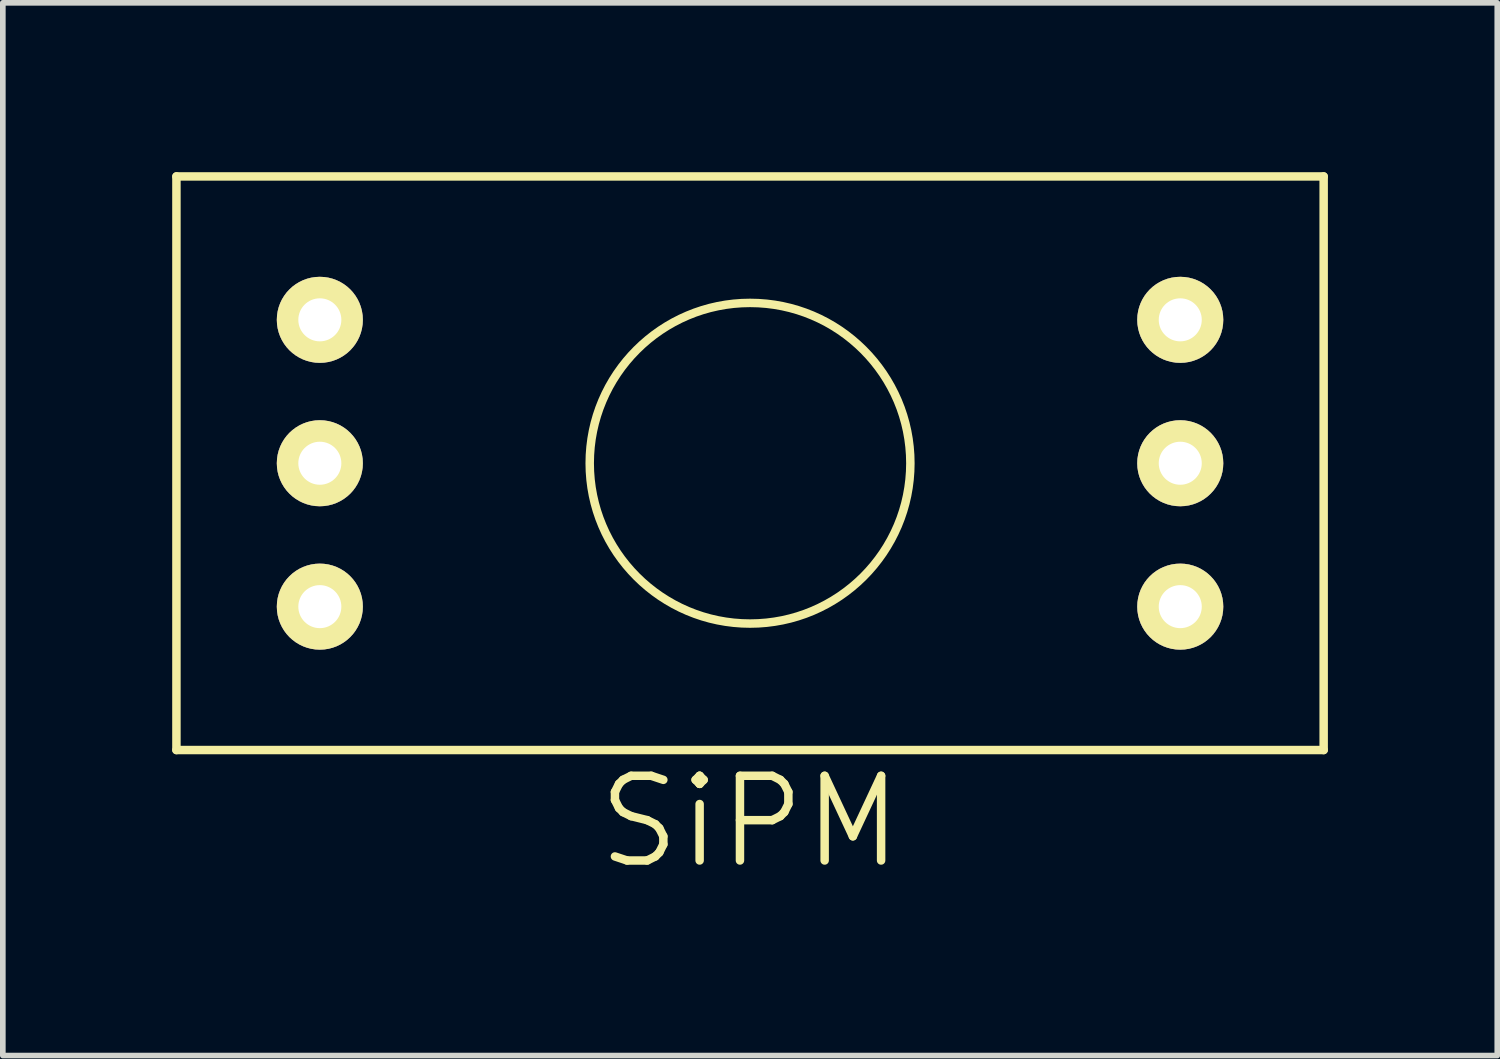
<source format=kicad_pcb>
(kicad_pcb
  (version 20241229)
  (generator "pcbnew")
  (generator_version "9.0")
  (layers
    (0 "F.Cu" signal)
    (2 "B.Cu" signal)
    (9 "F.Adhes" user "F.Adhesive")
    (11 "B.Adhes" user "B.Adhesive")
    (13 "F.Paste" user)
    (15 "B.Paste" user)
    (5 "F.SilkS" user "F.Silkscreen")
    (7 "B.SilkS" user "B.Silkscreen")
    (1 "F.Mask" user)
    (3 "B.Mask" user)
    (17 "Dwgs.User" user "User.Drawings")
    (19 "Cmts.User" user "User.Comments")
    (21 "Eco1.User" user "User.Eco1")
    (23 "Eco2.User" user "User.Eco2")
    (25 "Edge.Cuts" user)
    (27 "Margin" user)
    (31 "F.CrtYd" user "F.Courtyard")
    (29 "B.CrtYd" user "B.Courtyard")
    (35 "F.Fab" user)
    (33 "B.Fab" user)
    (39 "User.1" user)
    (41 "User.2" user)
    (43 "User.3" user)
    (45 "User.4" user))
  (footprint "SiPM"
    (layer "F.Cu")
    (at 10.235 11.505)
    (property "Reference" "SiPM" (at 0 0 0) (layer "F.SilkS") (effects (font (size 1.5 1.5) (thickness 0.15))))
    (attr through_hole)
    (fp_line (start -10.16 -11.43) (end -10.16 -1.27) (stroke (width 0.15) (type solid)) (layer "F.SilkS"))
    (fp_line (start -10.16 -1.27) (end 10.16 -1.27) (stroke (width 0.15) (type solid)) (layer "F.SilkS"))
    (fp_line (start 10.16 -11.43) (end -10.16 -11.43) (stroke (width 0.15) (type solid)) (layer "F.SilkS"))
    (fp_line (start 10.16 -1.27) (end 10.16 -11.43) (stroke (width 0.15) (type solid)) (layer "F.SilkS"))
    (fp_circle (center 0 -6.35) (end -1.27 -3.81) (stroke (width 0.15) (type solid)) (fill no) (layer "F.SilkS"))
    (pad "1" thru_hole circle (at 7.62 -8.89) (size 1.524 1.524) (drill 0.762) (layers "*.Cu" "*.Mask" "F.SilkS"))
    (pad "2" thru_hole circle (at 7.62 -6.35) (size 1.524 1.524) (drill 0.762) (layers "*.Cu" "*.Mask" "F.SilkS"))
    (pad "3" thru_hole circle (at 7.62 -3.81) (size 1.524 1.524) (drill 0.762) (layers "*.Cu" "*.Mask" "F.SilkS"))
    (pad "4" thru_hole circle (at -7.62 -8.89) (size 1.524 1.524) (drill 0.762) (layers "*.Cu" "*.Mask" "F.SilkS"))
    (pad "5" thru_hole circle (at -7.62 -6.35) (size 1.524 1.524) (drill 0.762) (layers "*.Cu" "*.Mask" "F.SilkS"))
    (pad "6" thru_hole circle (at -7.62 -3.81) (size 1.524 1.524) (drill 0.762) (layers "*.Cu" "*.Mask" "F.SilkS")))
  (gr_rect
    (start -3 -3)
    (end 23.47 15.646)
    (stroke (width 0.1) (type default))
    (fill no)
    (layer "Edge.Cuts")))
</source>
